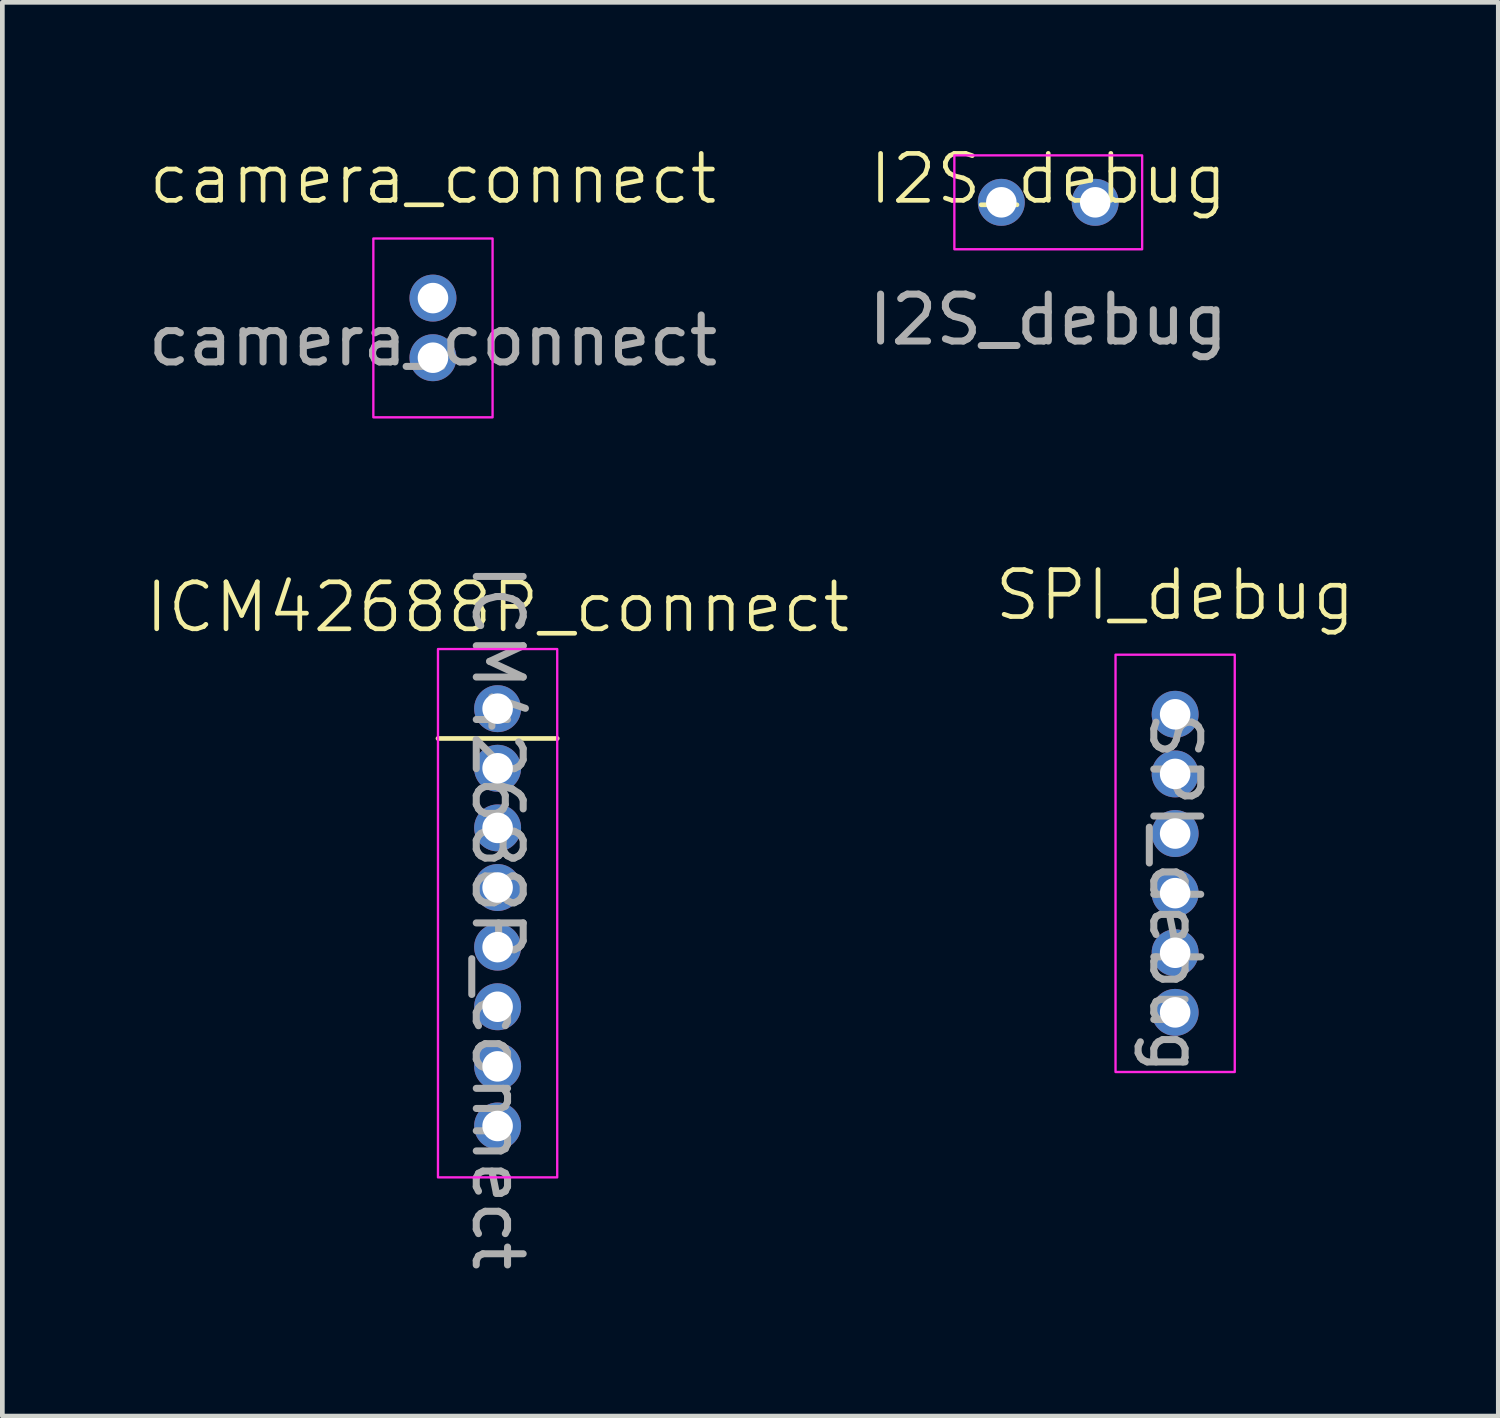
<source format=kicad_pcb>
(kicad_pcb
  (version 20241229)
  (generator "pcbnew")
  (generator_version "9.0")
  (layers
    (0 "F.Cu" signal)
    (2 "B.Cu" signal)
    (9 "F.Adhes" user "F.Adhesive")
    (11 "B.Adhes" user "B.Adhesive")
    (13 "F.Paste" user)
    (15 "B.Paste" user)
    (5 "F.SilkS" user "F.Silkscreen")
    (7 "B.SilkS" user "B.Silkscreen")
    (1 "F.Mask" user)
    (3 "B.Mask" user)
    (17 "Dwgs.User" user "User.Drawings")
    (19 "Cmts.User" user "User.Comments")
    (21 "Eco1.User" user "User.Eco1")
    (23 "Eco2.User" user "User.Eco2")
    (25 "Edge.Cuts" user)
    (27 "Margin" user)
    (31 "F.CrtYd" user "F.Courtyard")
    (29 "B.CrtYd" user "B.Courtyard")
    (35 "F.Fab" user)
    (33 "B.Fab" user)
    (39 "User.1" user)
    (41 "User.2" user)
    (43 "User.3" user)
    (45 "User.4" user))
  (footprint "SPI_debug"
    (layer "F.Cu")
    (at 21.983 12.166)
    (property "Reference" "SPI_debug" (at 0 -2.54 0) (unlocked yes) (layer "F.SilkS") (effects (font (size 1 1) (thickness 0.1))))
    (attr smd)
    (fp_rect (start -1.27 -1.27) (end 1.27 7.62) (stroke (width 0.05) (type default)) (fill no) (layer "F.CrtYd"))
    (fp_text user "${REFERENCE}" (at 0 3.81 270) (unlocked yes) (layer "F.Fab") (effects (font (size 1 1) (thickness 0.15))))
    (pad "1" thru_hole circle (at 0 0) (size 1 1) (drill 0.65) (layers "*.Cu" "*.Mask"))
    (pad "2" thru_hole circle (at 0 1.27) (size 1 1) (drill 0.65) (layers "*.Cu" "*.Mask"))
    (pad "3" thru_hole circle (at 0 2.54) (size 1 1) (drill 0.65) (layers "*.Cu" "*.Mask"))
    (pad "4" thru_hole circle (at 0 3.81) (size 1 1) (drill 0.65) (layers "*.Cu" "*.Mask"))
    (pad "5" thru_hole circle (at 0 5.08) (size 1 1) (drill 0.65) (layers "*.Cu" "*.Mask"))
    (pad "6" thru_hole circle (at 0 6.35) (size 1 1) (drill 0.65) (layers "*.Cu" "*.Mask")))
  (footprint "I2S_debug"
    (layer "F.Cu")
    (at 19.28 1.26)
    (property "Reference" "I2S_debug" (at 0 -0.5 0) (unlocked yes) (layer "F.SilkS") (effects (font (size 1 1) (thickness 0.1))))
    (attr through_hole)
    (fp_rect (start -2 -1) (end 2 1) (stroke (width 0.05) (type default)) (fill no) (layer "F.CrtYd"))
    (fp_text user "${REFERENCE}" (at 0 2.5 0) (unlocked yes) (layer "F.Fab") (effects (font (size 1 1) (thickness 0.15))))
    (pad "1" thru_hole circle (at -1 0) (size 1 1) (drill 0.65) (layers "*.Cu" "*.Mask"))
    (pad "2" thru_hole circle (at 1 0) (size 1 1) (drill 0.65) (layers "*.Cu" "*.Mask")))
  (footprint "camera_connect"
    (layer "F.Cu")
    (at 6.173 3.3)
    (property "Reference" "camera_connect" (at 0 -2.54 0) (unlocked yes) (layer "F.SilkS") (effects (font (size 1 1) (thickness 0.1))))
    (attr through_hole)
    (fp_rect (start -1.27 -1.27) (end 1.27 2.54) (stroke (width 0.05) (type default)) (fill no) (layer "F.CrtYd"))
    (fp_text user "${REFERENCE}" (at 0 0.905 0) (unlocked yes) (layer "F.Fab") (effects (font (size 1 1) (thickness 0.15))))
    (pad "1" thru_hole circle (at 0 0) (size 1 1) (drill 0.65) (layers "*.Cu" "*.Mask"))
    (pad "2" thru_hole circle (at 0 1.27) (size 1 1) (drill 0.65) (layers "*.Cu" "*.Mask")))
  (footprint "ICM42688P_connect"
    (layer "F.Cu")
    (at 7.55 12.046)
    (property "Reference" "ICM42688P_connect" (at 0 -2.159 0) (unlocked yes) (layer "F.SilkS") (effects (font (size 1 1) (thickness 0.1))))
    (attr through_hole)
    (fp_line (start -1.27 0.635) (end 1.27 0.635) (stroke (width 0.1) (type default)) (layer "F.SilkS"))
    (fp_rect (start -1.27 -1.27) (end 1.27 9.985) (stroke (width 0.05) (type default)) (fill no) (layer "F.CrtYd"))
    (fp_text user "${REFERENCE}" (at 0 4.445 270) (unlocked yes) (layer "F.Fab") (effects (font (size 1 1) (thickness 0.15))))
    (pad "1" thru_hole circle (at 0 0) (size 1 1) (drill 0.65) (layers "*.Cu" "*.Mask"))
    (pad "2" thru_hole circle (at 0 1.27) (size 1 1) (drill 0.65) (layers "*.Cu" "*.Mask"))
    (pad "3" thru_hole circle (at 0 2.54) (size 1 1) (drill 0.65) (layers "*.Cu" "*.Mask"))
    (pad "4" thru_hole circle (at 0 3.81) (size 1 1) (drill 0.65) (layers "*.Cu" "*.Mask"))
    (pad "5" thru_hole circle (at 0 5.08) (size 1 1) (drill 0.65) (layers "*.Cu" "*.Mask"))
    (pad "6" thru_hole circle (at 0 6.35) (size 1 1) (drill 0.65) (layers "*.Cu" "*.Mask"))
    (pad "7" thru_hole circle (at 0 7.62) (size 1 1) (drill 0.65) (layers "*.Cu" "*.Mask"))
    (pad "8" thru_hole circle (at 0 8.89) (size 1 1) (drill 0.65) (layers "*.Cu" "*.Mask")))
  (gr_rect
    (start -3 -3)
    (end 28.867 27.116)
    (stroke (width 0.1) (type default))
    (fill no)
    (layer "Edge.Cuts")))
</source>
